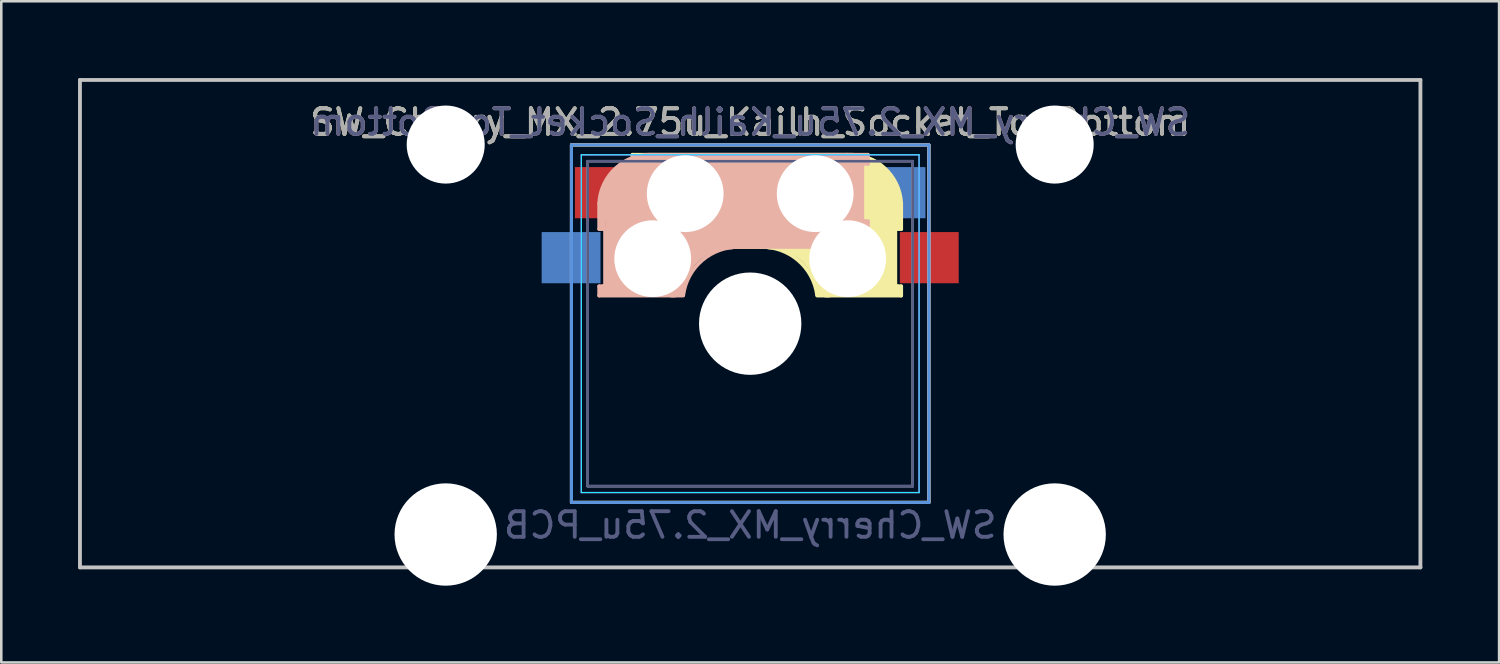
<source format=kicad_pcb>
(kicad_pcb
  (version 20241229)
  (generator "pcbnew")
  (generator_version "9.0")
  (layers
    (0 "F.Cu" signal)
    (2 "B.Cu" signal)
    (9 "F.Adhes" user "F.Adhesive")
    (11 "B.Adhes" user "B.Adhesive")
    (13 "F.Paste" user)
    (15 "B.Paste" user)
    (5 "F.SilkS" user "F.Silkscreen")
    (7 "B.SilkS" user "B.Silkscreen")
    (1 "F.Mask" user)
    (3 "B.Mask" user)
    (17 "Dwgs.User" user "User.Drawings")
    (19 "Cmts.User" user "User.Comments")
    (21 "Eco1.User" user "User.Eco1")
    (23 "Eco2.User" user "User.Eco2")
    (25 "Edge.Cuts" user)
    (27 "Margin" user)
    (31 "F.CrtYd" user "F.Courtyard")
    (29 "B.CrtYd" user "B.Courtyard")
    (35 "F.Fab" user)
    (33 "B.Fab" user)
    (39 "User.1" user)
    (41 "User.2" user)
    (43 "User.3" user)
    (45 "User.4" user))
  (footprint "SW_Cherry_MX_2.75u_Kailh_Socket_TopBottom"
    (layer "F.Cu")
    (at 28.809 4.52)
    (property "Reference" "SW_Cherry_MX_2.75u_Kailh_Socket_TopBottom" (at -2.54 -2.794 0) (layer "F.SilkS") (effects (font (size 1 1) (thickness 0.15))))
    (property "Value" "SW_Cherry_MX_2.75u_PCB" (at -2.54 12.954 0) (layer "F.Fab") (hide yes) (effects (font (size 1 1) (thickness 0.15))))
    (fp_line (start -9.525 -1.905) (end 4.445 -1.905) (stroke (width 0.12) (type solid)) (layer "F.SilkS"))
    (fp_line (start -9.525 12.065) (end -9.525 -1.905) (stroke (width 0.12) (type solid)) (layer "F.SilkS"))
    (fp_line (start -7.14 -1.52) (end 1.26 -1.52) (stroke (width 0.15) (type solid)) (layer "F.SilkS"))
    (fp_line (start -7.14 -1.17) (end -7.14 -1.52) (stroke (width 0.15) (type solid)) (layer "F.SilkS"))
    (fp_line (start -7.14 1.08) (end -6.94 1.08) (stroke (width 0.15) (type solid)) (layer "F.SilkS"))
    (fp_line (start -7.14 2.08) (end -7.14 1.08) (stroke (width 0.15) (type solid)) (layer "F.SilkS"))
    (fp_line (start -6.94 -1.32) (end -5.54 -1.32) (stroke (width 0.4) (type solid)) (layer "F.SilkS"))
    (fp_line (start -6.94 -1.17) (end -7.14 -1.17) (stroke (width 0.15) (type solid)) (layer "F.SilkS"))
    (fp_line (start -6.94 1.18) (end -6.94 1.88) (stroke (width 0.4) (type solid)) (layer "F.SilkS"))
    (fp_line (start -6.92 1.08) (end -6.92 -1.17) (stroke (width 0.15) (type solid)) (layer "F.SilkS"))
    (fp_line (start -6.84 1.78) (end -5.44 1.78) (stroke (width 0.5) (type solid)) (layer "F.SilkS"))
    (fp_line (start -6.44 -0.92) (end -6.44 1.58) (stroke (width 1) (type solid)) (layer "F.SilkS"))
    (fp_line (start -5.14 0.28) (end 1.56 0.28) (stroke (width 3.5) (type solid)) (layer "F.SilkS"))
    (fp_line (start -2.14 2.08) (end -7.14 2.08) (stroke (width 0.15) (type solid)) (layer "F.SilkS"))
    (fp_line (start 1.63 -0.02) (end 1.63 2.22) (stroke (width 3) (type solid)) (layer "F.SilkS"))
    (fp_line (start 2.76 3.48) (end 2.76 1.68) (stroke (width 0.8) (type solid)) (layer "F.SilkS"))
    (fp_line (start 3.13 1.38) (end 3.13 3.62) (stroke (width 0.15) (type solid)) (layer "F.SilkS"))
    (fp_line (start 3.16 3.62) (end 3.36 3.62) (stroke (width 0.15) (type solid)) (layer "F.SilkS"))
    (fp_line (start 3.16 3.78) (end 0.46 3.78) (stroke (width 0.5) (type solid)) (layer "F.SilkS"))
    (fp_line (start 3.26 1.28) (end 3.26 0.38) (stroke (width 0.3) (type solid)) (layer "F.SilkS"))
    (fp_line (start 3.36 0.38) (end 3.36 1.38) (stroke (width 0.15) (type solid)) (layer "F.SilkS"))
    (fp_line (start 3.36 1.38) (end 3.16 1.38) (stroke (width 0.15) (type solid)) (layer "F.SilkS"))
    (fp_line (start 3.36 3.98) (end 0.08 3.98) (stroke (width 0.15) (type solid)) (layer "F.SilkS"))
    (fp_line (start 3.36 3.98) (end 3.36 3.62) (stroke (width 0.15) (type solid)) (layer "F.SilkS"))
    (fp_line (start 4.445 -1.905) (end 4.445 12.065) (stroke (width 0.12) (type solid)) (layer "F.SilkS"))
    (fp_line (start 4.445 12.065) (end -9.525 12.065) (stroke (width 0.12) (type solid)) (layer "F.SilkS"))
    (fp_arc (start -2.14 2.08) (mid -0.671291 2.593882) (end 0.076318 3.958529) (stroke (width 0.15) (type solid)) (layer "F.SilkS"))
    (fp_arc (start -1.74 1.68) (mid -0.271291 2.193882) (end 0.476318 3.558529) (stroke (width 1) (type solid)) (layer "F.SilkS"))
    (fp_arc (start 1.26 -1.520001) (mid 2.703504 -1.004925) (end 3.360001 0.38) (stroke (width 0.15) (type solid)) (layer "F.SilkS"))
    (fp_line (start -9.525 -1.905) (end -9.525 12.065) (stroke (width 0.12) (type solid)) (layer "B.SilkS"))
    (fp_line (start -9.525 12.065) (end 4.445 12.065) (stroke (width 0.12) (type solid)) (layer "B.SilkS"))
    (fp_line (start -8.44 0.38) (end -8.44 1.38) (stroke (width 0.15) (type solid)) (layer "B.SilkS"))
    (fp_line (start -8.44 1.38) (end -8.24 1.38) (stroke (width 0.15) (type solid)) (layer "B.SilkS"))
    (fp_line (start -8.44 3.98) (end -8.44 3.62) (stroke (width 0.15) (type solid)) (layer "B.SilkS"))
    (fp_line (start -8.44 3.98) (end -5.16 3.98) (stroke (width 0.15) (type solid)) (layer "B.SilkS"))
    (fp_line (start -8.34 1.28) (end -8.34 0.38) (stroke (width 0.3) (type solid)) (layer "B.SilkS"))
    (fp_line (start -8.24 3.62) (end -8.44 3.62) (stroke (width 0.15) (type solid)) (layer "B.SilkS"))
    (fp_line (start -8.24 3.78) (end -5.54 3.78) (stroke (width 0.5) (type solid)) (layer "B.SilkS"))
    (fp_line (start -8.21 1.38) (end -8.21 3.62) (stroke (width 0.15) (type solid)) (layer "B.SilkS"))
    (fp_line (start -7.84 3.48) (end -7.84 1.68) (stroke (width 0.8) (type solid)) (layer "B.SilkS"))
    (fp_line (start -6.71 -0.02) (end -6.71 2.22) (stroke (width 3) (type solid)) (layer "B.SilkS"))
    (fp_line (start -2.94 2.08) (end 2.06 2.08) (stroke (width 0.15) (type solid)) (layer "B.SilkS"))
    (fp_line (start 0.06 0.28) (end -6.64 0.28) (stroke (width 3.5) (type solid)) (layer "B.SilkS"))
    (fp_line (start 1.36 -0.92) (end 1.36 1.58) (stroke (width 1) (type solid)) (layer "B.SilkS"))
    (fp_line (start 1.76 1.78) (end 0.36 1.78) (stroke (width 0.5) (type solid)) (layer "B.SilkS"))
    (fp_line (start 1.84 1.08) (end 1.84 -1.17) (stroke (width 0.15) (type solid)) (layer "B.SilkS"))
    (fp_line (start 1.86 -1.32) (end 0.46 -1.32) (stroke (width 0.4) (type solid)) (layer "B.SilkS"))
    (fp_line (start 1.86 -1.17) (end 2.06 -1.17) (stroke (width 0.15) (type solid)) (layer "B.SilkS"))
    (fp_line (start 1.86 1.18) (end 1.86 1.88) (stroke (width 0.4) (type solid)) (layer "B.SilkS"))
    (fp_line (start 2.06 -1.52) (end -6.34 -1.52) (stroke (width 0.15) (type solid)) (layer "B.SilkS"))
    (fp_line (start 2.06 -1.17) (end 2.06 -1.52) (stroke (width 0.15) (type solid)) (layer "B.SilkS"))
    (fp_line (start 2.06 1.08) (end 1.86 1.08) (stroke (width 0.15) (type solid)) (layer "B.SilkS"))
    (fp_line (start 2.06 2.08) (end 2.06 1.08) (stroke (width 0.15) (type solid)) (layer "B.SilkS"))
    (fp_line (start 4.445 -1.905) (end -9.525 -1.905) (stroke (width 0.12) (type solid)) (layer "B.SilkS"))
    (fp_line (start 4.445 12.065) (end 4.445 -1.905) (stroke (width 0.12) (type solid)) (layer "B.SilkS"))
    (fp_arc (start -8.44 0.380001) (mid -7.783504 -1.004924) (end -6.340001 -1.52) (stroke (width 0.15) (type solid)) (layer "B.SilkS"))
    (fp_arc (start -5.556318 3.558529) (mid -4.808709 2.193882) (end -3.34 1.68) (stroke (width 1) (type solid)) (layer "B.SilkS"))
    (fp_arc (start -5.156318 3.958529) (mid -4.408709 2.593882) (end -2.94 2.08) (stroke (width 0.15) (type solid)) (layer "B.SilkS"))
    (fp_line (start -28.734 -4.445) (end 23.654 -4.445) (stroke (width 0.15) (type solid)) (layer "Dwgs.User"))
    (fp_line (start -28.734 14.605) (end -28.734 -4.445) (stroke (width 0.15) (type solid)) (layer "Dwgs.User"))
    (fp_line (start 23.654 -4.445) (end 23.654 14.605) (stroke (width 0.15) (type solid)) (layer "Dwgs.User"))
    (fp_line (start 23.654 14.605) (end -28.734 14.605) (stroke (width 0.15) (type solid)) (layer "Dwgs.User"))
    (fp_line (start -9.525 -1.905) (end -9.525 12.065) (stroke (width 0.12) (type solid)) (layer "Cmts.User"))
    (fp_line (start -9.525 12.065) (end 4.445 12.065) (stroke (width 0.12) (type solid)) (layer "Cmts.User"))
    (fp_line (start 4.445 -1.905) (end -9.525 -1.905) (stroke (width 0.12) (type solid)) (layer "Cmts.User"))
    (fp_line (start 4.445 -1.905) (end 4.445 12.065) (stroke (width 0.12) (type solid)) (layer "Cmts.User"))
    (fp_line (start -9.14 -1.52) (end -9.14 11.68) (stroke (width 0.05) (type solid)) (layer "B.CrtYd"))
    (fp_line (start -9.14 11.68) (end 4.06 11.68) (stroke (width 0.05) (type solid)) (layer "B.CrtYd"))
    (fp_line (start 4.06 -1.52) (end -9.14 -1.52) (stroke (width 0.05) (type solid)) (layer "B.CrtYd"))
    (fp_line (start 4.06 11.68) (end 4.06 -1.52) (stroke (width 0.05) (type solid)) (layer "B.CrtYd"))
    (fp_line (start -9.14 -1.52) (end 4.06 -1.52) (stroke (width 0.05) (type solid)) (layer "F.CrtYd"))
    (fp_line (start -9.14 11.68) (end -9.14 -1.52) (stroke (width 0.05) (type solid)) (layer "F.CrtYd"))
    (fp_line (start 4.06 -1.52) (end 4.06 11.68) (stroke (width 0.05) (type solid)) (layer "F.CrtYd"))
    (fp_line (start 4.06 11.68) (end -9.14 11.68) (stroke (width 0.05) (type solid)) (layer "F.CrtYd"))
    (fp_line (start -8.89 -1.27) (end -8.89 11.43) (stroke (width 0.1) (type solid)) (layer "B.Fab"))
    (fp_line (start -8.89 11.43) (end 3.81 11.43) (stroke (width 0.1) (type solid)) (layer "B.Fab"))
    (fp_line (start 3.81 -1.27) (end -8.89 -1.27) (stroke (width 0.1) (type solid)) (layer "B.Fab"))
    (fp_line (start 3.81 11.43) (end 3.81 -1.27) (stroke (width 0.1) (type solid)) (layer "B.Fab"))
    (fp_line (start -8.89 -1.27) (end 3.81 -1.27) (stroke (width 0.1) (type solid)) (layer "F.Fab"))
    (fp_line (start -8.89 11.43) (end -8.89 -1.27) (stroke (width 0.1) (type solid)) (layer "F.Fab"))
    (fp_line (start 3.81 -1.27) (end 3.81 11.43) (stroke (width 0.1) (type solid)) (layer "F.Fab"))
    (fp_line (start 3.81 11.43) (end -8.89 11.43) (stroke (width 0.1) (type solid)) (layer "F.Fab"))
    (fp_text user "${REFERENCE}" (at -2.54 -2.794 0) (layer "B.SilkS") (effects (font (size 1 1) (thickness 0.15)) (justify mirror)))
    (fp_text user "${VALUE}" (at -2.54 12.954 0) (layer "B.Fab") (effects (font (size 1 1) (thickness 0.15)) (justify mirror)))
    (fp_text user "${REFERENCE}" (at -2.54 -2.794 0) (layer "B.Fab") (effects (font (size 1 1) (thickness 0.15)) (justify mirror)))
    (fp_text user "${REFERENCE}" (at -2.54 -2.794 0) (layer "F.Fab") (effects (font (size 1 1) (thickness 0.15))))
    (pad "" np_thru_hole circle (at -14.44 -1.92) (size 3.05 3.05) (drill 3.05) (layers "*.Cu" "*.Mask"))
    (pad "" np_thru_hole circle (at -14.44 13.32) (size 4 4) (drill 4) (layers "*.Cu" "*.Mask"))
    (pad "" np_thru_hole circle (at -6.35 2.54) (size 3 3) (drill 3) (layers "*.Cu" "*.Mask"))
    (pad "" np_thru_hole circle (at -5.08 0) (size 3 3) (drill 3) (layers "*.Cu" "*.Mask"))
    (pad "" np_thru_hole circle (at -2.54 5.08) (size 4 4) (drill 4) (layers "*.Cu" "*.Mask"))
    (pad "" np_thru_hole circle (at 0 0) (size 3 3) (drill 3) (layers "*.Cu" "*.Mask"))
    (pad "" np_thru_hole circle (at 1.27 2.54) (size 3 3) (drill 3) (layers "*.Cu" "*.Mask"))
    (pad "" np_thru_hole circle (at 9.36 -1.92) (size 3.05 3.05) (drill 3.05) (layers "*.Cu" "*.Mask"))
    (pad "" np_thru_hole circle (at 9.36 13.32) (size 4 4) (drill 4) (layers "*.Cu" "*.Mask"))
    (pad "1" smd rect (at 3.16 -0.04) (size 2.3 2) (layers "B.Cu" "B.Mask" "B.Paste"))
    (pad "1" smd rect (at 4.46 2.5) (size 2.3 2) (layers "F.Cu" "F.Mask" "F.Paste"))
    (pad "2" smd rect (at -9.54 2.5) (size 2.3 2) (layers "B.Cu" "B.Mask" "B.Paste"))
    (pad "2" smd rect (at -8.24 -0.04) (size 2.3 2) (layers "F.Cu" "F.Mask" "F.Paste")))
  (gr_rect
    (start -3 -3)
    (end 55.538 22.84)
    (stroke (width 0.1) (type default))
    (fill no)
    (layer "Edge.Cuts")))
</source>
